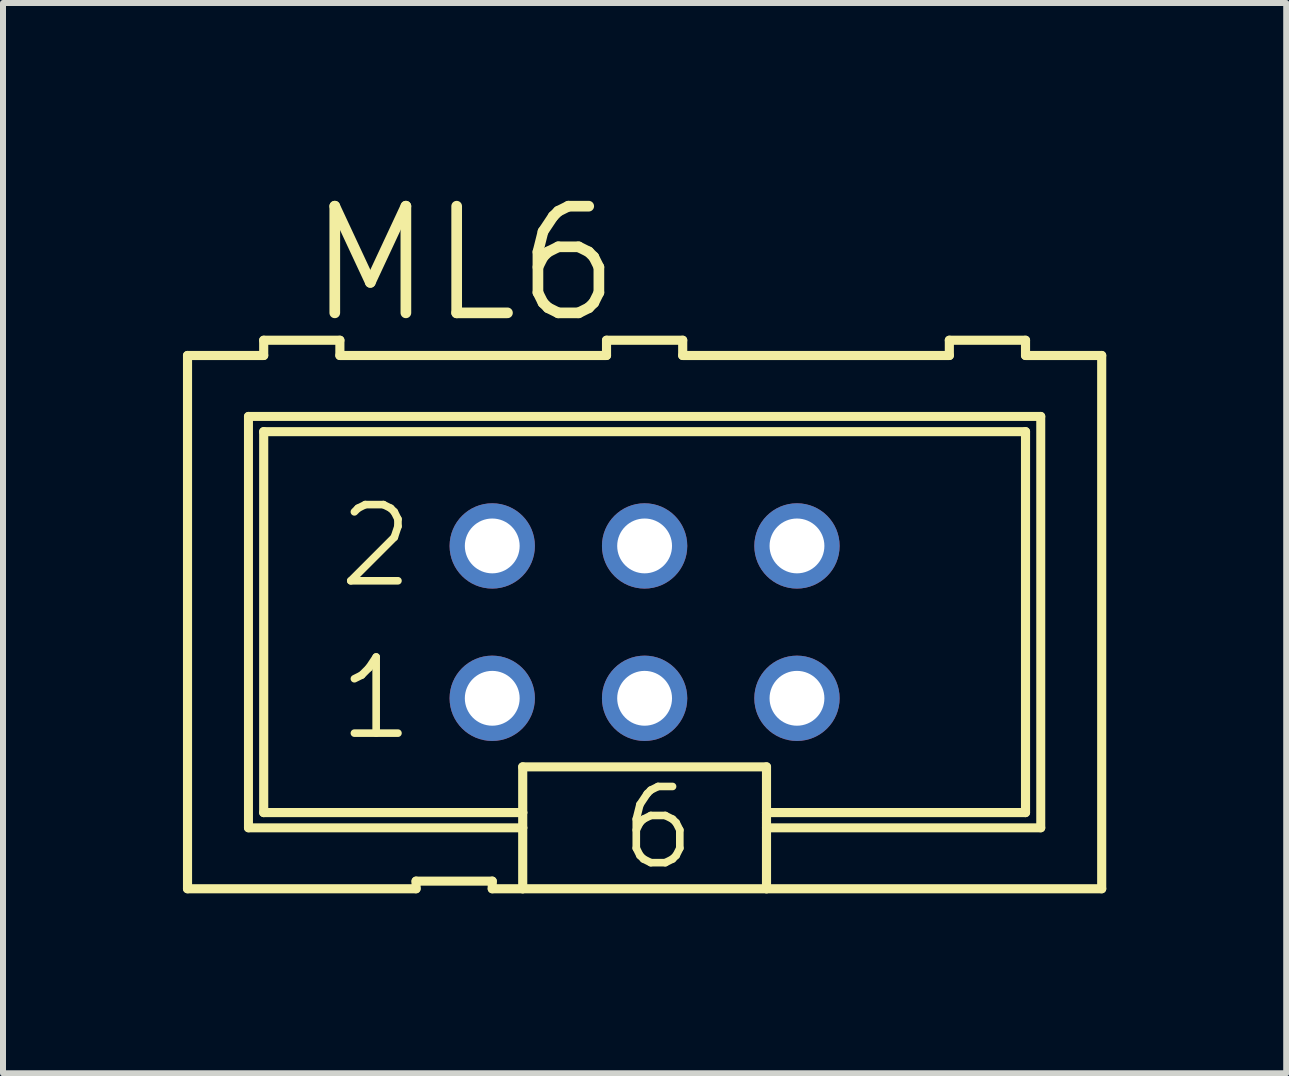
<source format=kicad_pcb>
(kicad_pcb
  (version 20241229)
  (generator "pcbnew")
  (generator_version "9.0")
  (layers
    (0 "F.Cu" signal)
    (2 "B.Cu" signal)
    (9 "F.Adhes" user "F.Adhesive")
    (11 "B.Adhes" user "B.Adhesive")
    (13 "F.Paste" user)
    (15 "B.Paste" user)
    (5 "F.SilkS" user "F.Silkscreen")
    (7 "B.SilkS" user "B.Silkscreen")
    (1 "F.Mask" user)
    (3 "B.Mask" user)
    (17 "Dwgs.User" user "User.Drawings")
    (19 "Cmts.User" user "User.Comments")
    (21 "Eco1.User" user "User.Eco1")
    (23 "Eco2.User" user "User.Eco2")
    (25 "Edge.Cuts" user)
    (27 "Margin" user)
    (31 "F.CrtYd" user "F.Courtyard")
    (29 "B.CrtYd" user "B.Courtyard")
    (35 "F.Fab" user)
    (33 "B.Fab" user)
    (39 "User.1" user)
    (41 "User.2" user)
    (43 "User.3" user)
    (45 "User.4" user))
  (footprint "ML6"
    (layer "F.Cu")
    (at 7.696 7.321)
    (property "Reference" "ML6" (at -3.006 -5.969 0) (layer "F.SilkS") (effects (font (size 1.778 1.778) (thickness 0.178))))
    (attr through_hole)
    (fp_line (start -7.62 -4.445) (end -7.62 4.445) (stroke (width 0.152) (type solid)) (layer "F.SilkS"))
    (fp_line (start -7.62 -4.445) (end -6.35 -4.445) (stroke (width 0.152) (type solid)) (layer "F.SilkS"))
    (fp_line (start -6.604 -3.429) (end -6.604 3.429) (stroke (width 0.15) (type solid)) (layer "F.SilkS"))
    (fp_line (start -6.604 3.429) (end -2.032 3.429) (stroke (width 0.15) (type solid)) (layer "F.SilkS"))
    (fp_line (start -6.35 -4.699) (end -6.35 -4.445) (stroke (width 0.152) (type solid)) (layer "F.SilkS"))
    (fp_line (start -6.35 -3.175) (end -6.35 3.175) (stroke (width 0.152) (type solid)) (layer "F.SilkS"))
    (fp_line (start -6.35 -3.175) (end 6.35 -3.175) (stroke (width 0.152) (type solid)) (layer "F.SilkS"))
    (fp_line (start -5.08 -4.699) (end -6.35 -4.699) (stroke (width 0.152) (type solid)) (layer "F.SilkS"))
    (fp_line (start -5.08 -4.699) (end -5.08 -4.445) (stroke (width 0.152) (type solid)) (layer "F.SilkS"))
    (fp_line (start -5.08 -4.445) (end -0.635 -4.445) (stroke (width 0.152) (type solid)) (layer "F.SilkS"))
    (fp_line (start -3.81 4.445) (end -7.62 4.445) (stroke (width 0.152) (type solid)) (layer "F.SilkS"))
    (fp_line (start -3.81 4.445) (end -3.81 4.318) (stroke (width 0.152) (type solid)) (layer "F.SilkS"))
    (fp_line (start -2.54 4.318) (end -3.81 4.318) (stroke (width 0.152) (type solid)) (layer "F.SilkS"))
    (fp_line (start -2.54 4.318) (end -2.54 4.445) (stroke (width 0.152) (type solid)) (layer "F.SilkS"))
    (fp_line (start -2.032 3.175) (end -6.35 3.175) (stroke (width 0.152) (type solid)) (layer "F.SilkS"))
    (fp_line (start -2.032 3.175) (end -2.032 2.413) (stroke (width 0.152) (type solid)) (layer "F.SilkS"))
    (fp_line (start -2.032 3.175) (end -2.032 3.429) (stroke (width 0.152) (type solid)) (layer "F.SilkS"))
    (fp_line (start -2.032 3.429) (end -2.032 4.445) (stroke (width 0.152) (type solid)) (layer "F.SilkS"))
    (fp_line (start -2.032 4.445) (end -2.54 4.445) (stroke (width 0.152) (type solid)) (layer "F.SilkS"))
    (fp_line (start -0.635 -4.699) (end -0.635 -4.445) (stroke (width 0.152) (type solid)) (layer "F.SilkS"))
    (fp_line (start 0.635 -4.699) (end -0.635 -4.699) (stroke (width 0.152) (type solid)) (layer "F.SilkS"))
    (fp_line (start 0.635 -4.699) (end 0.635 -4.445) (stroke (width 0.152) (type solid)) (layer "F.SilkS"))
    (fp_line (start 0.635 -4.445) (end 5.08 -4.445) (stroke (width 0.152) (type solid)) (layer "F.SilkS"))
    (fp_line (start 2.032 2.413) (end -2.032 2.413) (stroke (width 0.152) (type solid)) (layer "F.SilkS"))
    (fp_line (start 2.032 2.413) (end 2.032 3.175) (stroke (width 0.152) (type solid)) (layer "F.SilkS"))
    (fp_line (start 2.032 3.175) (end 2.032 3.429) (stroke (width 0.152) (type solid)) (layer "F.SilkS"))
    (fp_line (start 2.032 3.429) (end 2.032 4.445) (stroke (width 0.152) (type solid)) (layer "F.SilkS"))
    (fp_line (start 2.032 3.429) (end 6.604 3.429) (stroke (width 0.15) (type solid)) (layer "F.SilkS"))
    (fp_line (start 2.032 4.445) (end -2.032 4.445) (stroke (width 0.152) (type solid)) (layer "F.SilkS"))
    (fp_line (start 5.08 -4.445) (end 5.08 -4.699) (stroke (width 0.152) (type solid)) (layer "F.SilkS"))
    (fp_line (start 6.35 -4.699) (end 5.08 -4.699) (stroke (width 0.152) (type solid)) (layer "F.SilkS"))
    (fp_line (start 6.35 -4.445) (end 6.35 -4.699) (stroke (width 0.152) (type solid)) (layer "F.SilkS"))
    (fp_line (start 6.35 -4.445) (end 7.62 -4.445) (stroke (width 0.152) (type solid)) (layer "F.SilkS"))
    (fp_line (start 6.35 3.175) (end 2.032 3.175) (stroke (width 0.152) (type solid)) (layer "F.SilkS"))
    (fp_line (start 6.35 3.175) (end 6.35 -3.175) (stroke (width 0.152) (type solid)) (layer "F.SilkS"))
    (fp_line (start 6.604 -3.429) (end -6.604 -3.429) (stroke (width 0.15) (type solid)) (layer "F.SilkS"))
    (fp_line (start 6.604 3.429) (end 6.604 -3.429) (stroke (width 0.15) (type solid)) (layer "F.SilkS"))
    (fp_line (start 7.62 4.445) (end 2.032 4.445) (stroke (width 0.152) (type solid)) (layer "F.SilkS"))
    (fp_line (start 7.62 4.445) (end 7.62 -4.445) (stroke (width 0.152) (type solid)) (layer "F.SilkS"))
    (fp_poly (pts (xy -2.794 -1.524) (xy -2.286 -1.524) (xy -2.286 -1.016) (xy -2.794 -1.016)) (stroke (width 0.1) (type solid)) (fill no) (layer "F.Fab"))
    (fp_poly (pts (xy -2.794 1.016) (xy -2.286 1.016) (xy -2.286 1.524) (xy -2.794 1.524)) (stroke (width 0.1) (type solid)) (fill no) (layer "F.Fab"))
    (fp_poly (pts (xy -0.254 -1.524) (xy 0.254 -1.524) (xy 0.254 -1.016) (xy -0.254 -1.016)) (stroke (width 0.1) (type solid)) (fill no) (layer "F.Fab"))
    (fp_poly (pts (xy -0.254 1.016) (xy 0.254 1.016) (xy 0.254 1.524) (xy -0.254 1.524)) (stroke (width 0.1) (type solid)) (fill no) (layer "F.Fab"))
    (fp_poly (pts (xy 2.286 -1.524) (xy 2.794 -1.524) (xy 2.794 -1.016) (xy 2.286 -1.016)) (stroke (width 0.1) (type solid)) (fill no) (layer "F.Fab"))
    (fp_poly (pts (xy 2.286 1.016) (xy 2.794 1.016) (xy 2.794 1.524) (xy 2.286 1.524)) (stroke (width 0.1) (type solid)) (fill no) (layer "F.Fab"))
    (fp_text user "1" (at -4.475 1.27 0) (layer "F.SilkS") (effects (font (size 1.27 1.27) (thickness 0.127))))
    (fp_text user "2" (at -4.475 -1.27 0) (layer "F.SilkS") (effects (font (size 1.27 1.27) (thickness 0.127))))
    (fp_text user "6" (at 0.224 3.429 0) (layer "F.SilkS") (effects (font (size 1.27 1.27) (thickness 0.127))))
    (pad "1" thru_hole circle (at -2.54 1.27) (size 1.422 1.422) (drill 0.914) (layers "*.Cu" "*.Mask"))
    (pad "2" thru_hole circle (at -2.54 -1.27) (size 1.422 1.422) (drill 0.914) (layers "*.Cu" "*.Mask"))
    (pad "3" thru_hole circle (at 0 1.27) (size 1.422 1.422) (drill 0.914) (layers "*.Cu" "*.Mask"))
    (pad "4" thru_hole circle (at 0 -1.27) (size 1.422 1.422) (drill 0.914) (layers "*.Cu" "*.Mask"))
    (pad "5" thru_hole circle (at 2.54 1.27) (size 1.422 1.422) (drill 0.914) (layers "*.Cu" "*.Mask"))
    (pad "6" thru_hole circle (at 2.54 -1.27) (size 1.422 1.422) (drill 0.914) (layers "*.Cu" "*.Mask")))
  (gr_rect
    (start -3 -3)
    (end 18.392 14.842)
    (stroke (width 0.1) (type default))
    (fill no)
    (layer "Edge.Cuts")))
</source>
